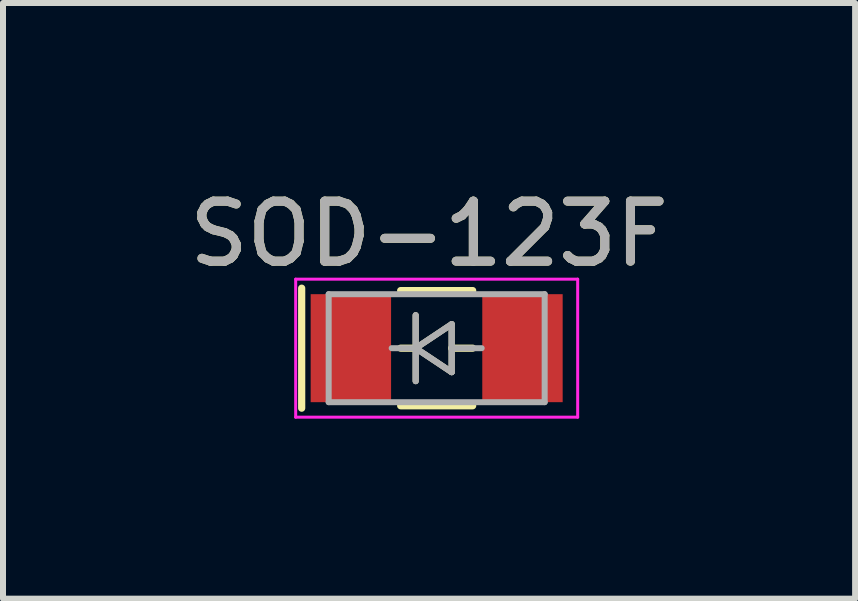
<source format=kicad_pcb>
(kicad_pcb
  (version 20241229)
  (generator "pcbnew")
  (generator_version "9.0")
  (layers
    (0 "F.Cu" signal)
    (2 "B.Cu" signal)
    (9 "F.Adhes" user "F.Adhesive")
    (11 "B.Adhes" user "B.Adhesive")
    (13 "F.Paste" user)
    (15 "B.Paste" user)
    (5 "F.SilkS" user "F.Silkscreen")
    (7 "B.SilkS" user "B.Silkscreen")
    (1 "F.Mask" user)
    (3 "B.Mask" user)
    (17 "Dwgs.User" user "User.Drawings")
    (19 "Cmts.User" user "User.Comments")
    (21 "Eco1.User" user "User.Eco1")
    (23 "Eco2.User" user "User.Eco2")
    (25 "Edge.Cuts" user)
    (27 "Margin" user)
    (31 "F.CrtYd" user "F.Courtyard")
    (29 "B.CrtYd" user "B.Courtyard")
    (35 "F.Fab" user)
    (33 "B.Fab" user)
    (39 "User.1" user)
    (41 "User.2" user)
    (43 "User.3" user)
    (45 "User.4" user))
  (footprint "SOD-123F"
    (layer "F.Cu")
    (at 4.228 2.753)
    (property "Reference" "SOD-123F" (at -0.127 -1.905 0) (layer "F.Fab") (effects (font (size 1 1) (thickness 0.15))))
    (attr smd)
    (fp_line (start -2.25 -1) (end -2.25 1) (stroke (width 0.12) (type solid)) (layer "F.SilkS"))
    (fp_line (start -0.6 -0.96) (end 0.6 -0.96) (stroke (width 0.12) (type solid)) (layer "F.SilkS"))
    (fp_line (start -0.6 0.96) (end 0.6 0.96) (stroke (width 0.12) (type solid)) (layer "F.SilkS"))
    (fp_line (start -0.35 0) (end -0.6 0) (stroke (width 0.12) (type solid)) (layer "F.SilkS"))
    (fp_line (start -0.35 0) (end -0.35 -0.55) (stroke (width 0.1) (type solid)) (layer "F.SilkS"))
    (fp_line (start -0.35 0) (end -0.35 0.55) (stroke (width 0.1) (type solid)) (layer "F.SilkS"))
    (fp_line (start -0.35 0) (end 0.25 -0.4) (stroke (width 0.1) (type solid)) (layer "F.SilkS"))
    (fp_line (start 0.25 -0.4) (end 0.25 0.4) (stroke (width 0.1) (type solid)) (layer "F.SilkS"))
    (fp_line (start 0.25 0.4) (end -0.35 0) (stroke (width 0.1) (type solid)) (layer "F.SilkS"))
    (fp_line (start 0.6 0) (end 0.25 0) (stroke (width 0.12) (type solid)) (layer "F.SilkS"))
    (fp_line (start -2.35 -1.15) (end -2.35 1.15) (stroke (width 0.05) (type solid)) (layer "F.CrtYd"))
    (fp_line (start -2.35 -1.15) (end 2.35 -1.15) (stroke (width 0.05) (type solid)) (layer "F.CrtYd"))
    (fp_line (start 2.35 -1.15) (end 2.35 1.15) (stroke (width 0.05) (type solid)) (layer "F.CrtYd"))
    (fp_line (start 2.35 1.15) (end -2.35 1.15) (stroke (width 0.05) (type solid)) (layer "F.CrtYd"))
    (fp_line (start -1.8 -0.9) (end 1.8 -0.9) (stroke (width 0.1) (type solid)) (layer "F.Fab"))
    (fp_line (start -1.8 0.9) (end -1.8 -0.9) (stroke (width 0.1) (type solid)) (layer "F.Fab"))
    (fp_line (start -0.75 0) (end -0.35 0) (stroke (width 0.1) (type solid)) (layer "F.Fab"))
    (fp_line (start -0.35 0) (end -0.35 -0.55) (stroke (width 0.1) (type solid)) (layer "F.Fab"))
    (fp_line (start -0.35 0) (end -0.35 -0.55) (stroke (width 0.1) (type solid)) (layer "F.Fab"))
    (fp_line (start -0.35 0) (end -0.35 0.55) (stroke (width 0.1) (type solid)) (layer "F.Fab"))
    (fp_line (start -0.35 0) (end -0.35 0.55) (stroke (width 0.1) (type solid)) (layer "F.Fab"))
    (fp_line (start -0.35 0) (end 0.25 -0.4) (stroke (width 0.1) (type solid)) (layer "F.Fab"))
    (fp_line (start -0.35 0) (end 0.25 -0.4) (stroke (width 0.1) (type solid)) (layer "F.Fab"))
    (fp_line (start 0.25 -0.4) (end 0.25 0.4) (stroke (width 0.1) (type solid)) (layer "F.Fab"))
    (fp_line (start 0.25 -0.4) (end 0.25 0.4) (stroke (width 0.1) (type solid)) (layer "F.Fab"))
    (fp_line (start 0.25 0) (end 0.75 0) (stroke (width 0.1) (type solid)) (layer "F.Fab"))
    (fp_line (start 0.25 0.4) (end -0.35 0) (stroke (width 0.1) (type solid)) (layer "F.Fab"))
    (fp_line (start 0.25 0.4) (end -0.35 0) (stroke (width 0.1) (type solid)) (layer "F.Fab"))
    (fp_line (start 1.8 -0.9) (end 1.8 0.9) (stroke (width 0.1) (type solid)) (layer "F.Fab"))
    (fp_line (start 1.8 0.9) (end -1.8 0.9) (stroke (width 0.1) (type solid)) (layer "F.Fab"))
    (fp_text user "${REFERENCE}" (at -0.127 -1.905 0) (layer "F.SilkS") (effects (font (size 1 1) (thickness 0.15))))
    (fp_text user "${REFERENCE}" (at 0.1 -0.65 0) (layer "Eco1.User") (effects (font (size 0.3 0.3) (thickness 0.003))))
    (pad "1" smd rect (at -1.43 0) (size 1.34 1.8) (layers "F.Cu" "F.Mask" "F.Paste"))
    (pad "2" smd rect (at 1.43 0) (size 1.34 1.8) (layers "F.Cu" "F.Mask" "F.Paste")))
  (gr_rect
    (start -3 -3)
    (end 11.202 6.928)
    (stroke (width 0.1) (type default))
    (fill no)
    (layer "Edge.Cuts")))
</source>
